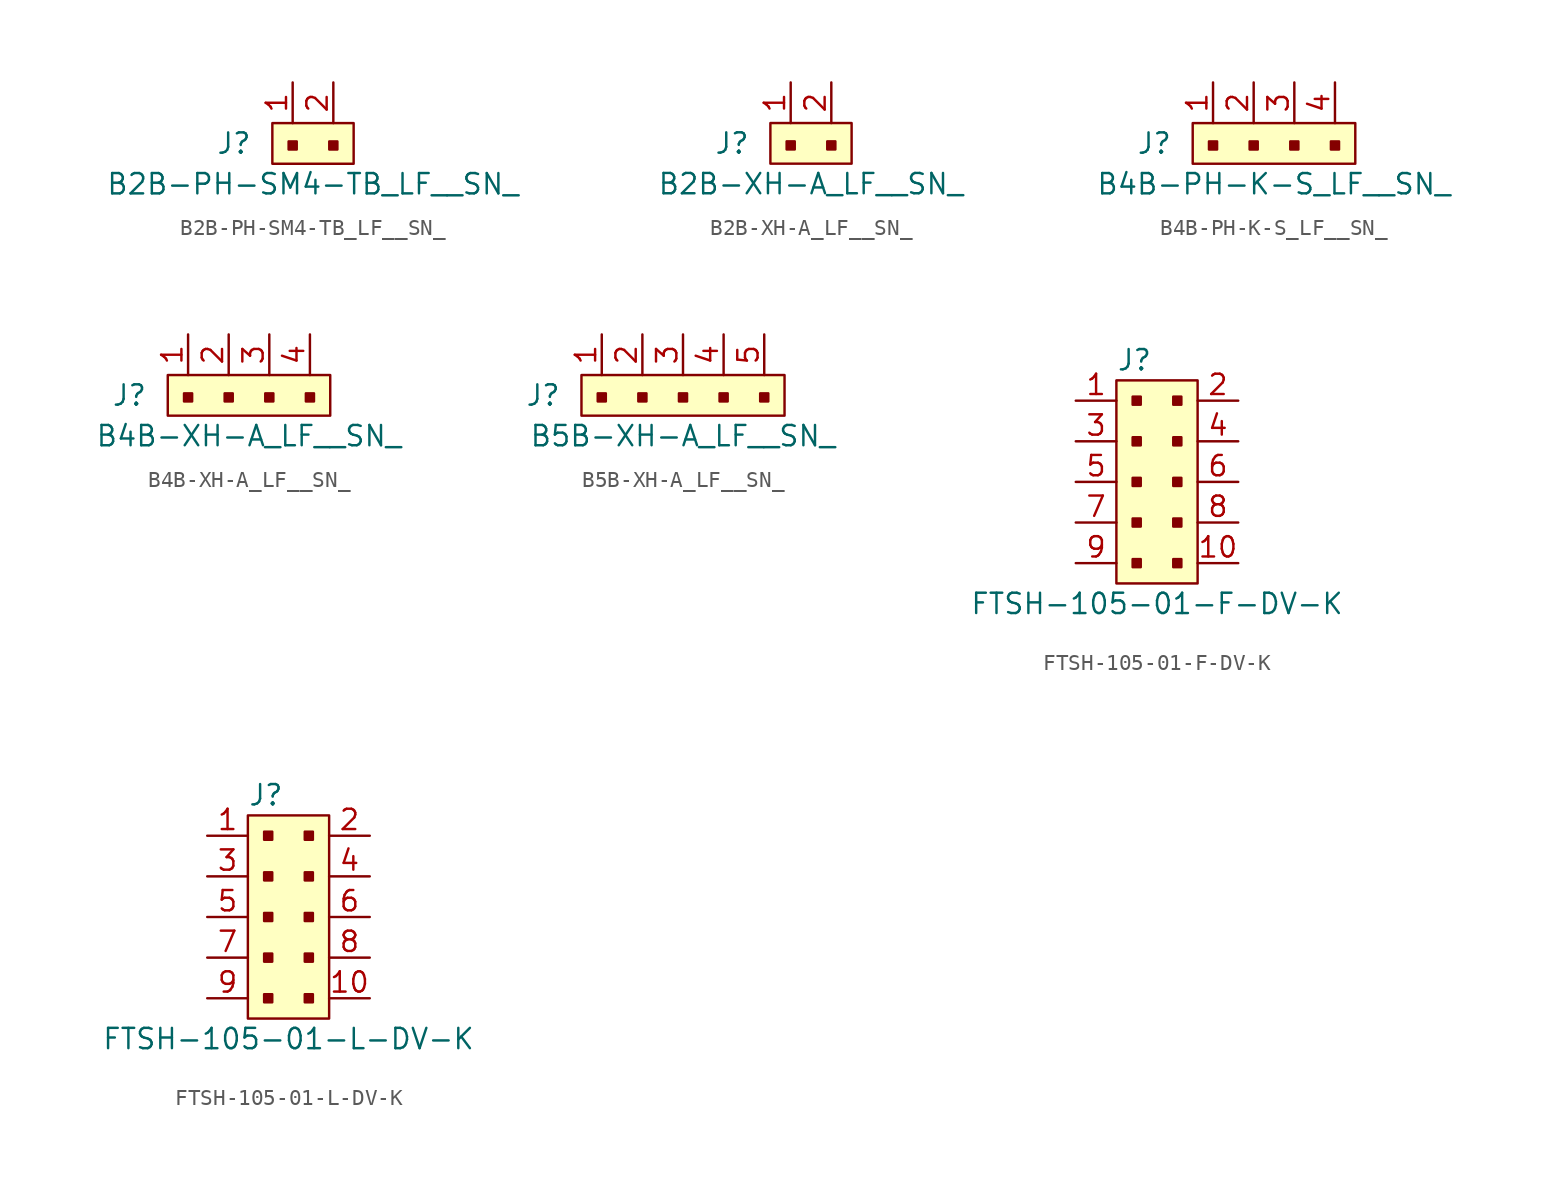
<source format=kicad_sym>
(kicad_symbol_lib
  (version 20211014)
  (generator kicad_symbol_editor)
  (symbol "B2B-PH-SM4-TB_LF__SN_"
    (pin_names
      (offset 1.016))
    (property "Reference" "J"
      (at -2.54 -1.27 0)
      (effects (font (size 1.27 1.27)) (justify right)))
    (property "Value" "B2B-PH-SM4-TB_LF__SN_"
      (at 1.27 -3.81 0)
      (effects (font (size 1.27 1.27))))
    (symbol "B2B-PH-SM4-TB_LF__SN__1_1"
      (rectangle (start -1.27 0) (end 3.81 -2.54) (stroke (width 0) (type default) (color 0 0 0 0)) (fill (type background)))
      (rectangle (start -0.254 -1.143) (end 0.254 -1.651) (stroke (width 0) (type default) (color 0 0 0 0)) (fill (type outline)))
      (rectangle (start 2.286 -1.143) (end 2.794 -1.651) (stroke (width 0) (type default) (color 0 0 0 0)) (fill (type outline)))
      (pin passive line (at 0 2.54 270) (length 2.54) (name "~" (effects (font (size 1.27 1.27)))) (number "1" (effects (font (size 1.27 1.27)))))
      (pin passive line (at 2.54 2.54 270) (length 2.54) (name "~" (effects (font (size 1.27 1.27)))) (number "2" (effects (font (size 1.27 1.27)))))))
  (symbol "B2B-XH-A_LF__SN_"
    (pin_names
      (offset 1.016))
    (property "Reference" "J"
      (at -2.54 -1.27 0)
      (effects (font (size 1.27 1.27)) (justify right)))
    (property "Value" "B2B-XH-A_LF__SN_"
      (at 1.27 -3.81 0)
      (effects (font (size 1.27 1.27))))
    (symbol "B2B-XH-A_LF__SN__1_1"
      (rectangle (start -1.27 0) (end 3.81 -2.54) (stroke (width 0) (type default) (color 0 0 0 0)) (fill (type background)))
      (rectangle (start -0.254 -1.143) (end 0.254 -1.651) (stroke (width 0) (type default) (color 0 0 0 0)) (fill (type outline)))
      (rectangle (start 2.286 -1.143) (end 2.794 -1.651) (stroke (width 0) (type default) (color 0 0 0 0)) (fill (type outline)))
      (pin passive line (at 0 2.54 270) (length 2.54) (name "~" (effects (font (size 1.27 1.27)))) (number "1" (effects (font (size 1.27 1.27)))))
      (pin passive line (at 2.54 2.54 270) (length 2.54) (name "~" (effects (font (size 1.27 1.27)))) (number "2" (effects (font (size 1.27 1.27)))))))
  (symbol "B4B-PH-K-S_LF__SN_"
    (pin_names
      (offset 1.016))
    (property "Reference" "J"
      (at -2.54 -1.27 0)
      (effects (font (size 1.27 1.27)) (justify right)))
    (property "Value" "B4B-PH-K-S_LF__SN_"
      (at 3.81 -3.81 0)
      (effects (font (size 1.27 1.27))))
    (symbol "B4B-PH-K-S_LF__SN__1_1"
      (rectangle (start -1.27 0) (end 8.89 -2.54) (stroke (width 0) (type default) (color 0 0 0 0)) (fill (type background)))
      (rectangle (start -0.254 -1.143) (end 0.254 -1.651) (stroke (width 0) (type default) (color 0 0 0 0)) (fill (type outline)))
      (rectangle (start 2.286 -1.143) (end 2.794 -1.651) (stroke (width 0) (type default) (color 0 0 0 0)) (fill (type outline)))
      (rectangle (start 4.826 -1.143) (end 5.334 -1.651) (stroke (width 0) (type default) (color 0 0 0 0)) (fill (type outline)))
      (rectangle (start 7.366 -1.143) (end 7.874 -1.651) (stroke (width 0) (type default) (color 0 0 0 0)) (fill (type outline)))
      (pin passive line (at 0 2.54 270) (length 2.54) (name "~" (effects (font (size 1.27 1.27)))) (number "1" (effects (font (size 1.27 1.27)))))
      (pin passive line (at 2.54 2.54 270) (length 2.54) (name "~" (effects (font (size 1.27 1.27)))) (number "2" (effects (font (size 1.27 1.27)))))
      (pin passive line (at 5.08 2.54 270) (length 2.54) (name "~" (effects (font (size 1.27 1.27)))) (number "3" (effects (font (size 1.27 1.27)))))
      (pin passive line (at 7.62 2.54 270) (length 2.54) (name "~" (effects (font (size 1.27 1.27)))) (number "4" (effects (font (size 1.27 1.27)))))))
  (symbol "B4B-XH-A_LF__SN_"
    (pin_names
      (offset 1.016))
    (property "Reference" "J"
      (at -2.54 -1.27 0)
      (effects (font (size 1.27 1.27)) (justify right)))
    (property "Value" "B4B-XH-A_LF__SN_"
      (at 3.81 -3.81 0)
      (effects (font (size 1.27 1.27))))
    (symbol "B4B-XH-A_LF__SN__1_1"
      (rectangle (start -1.27 0) (end 8.89 -2.54) (stroke (width 0) (type default) (color 0 0 0 0)) (fill (type background)))
      (rectangle (start -0.254 -1.143) (end 0.254 -1.651) (stroke (width 0) (type default) (color 0 0 0 0)) (fill (type outline)))
      (rectangle (start 2.286 -1.143) (end 2.794 -1.651) (stroke (width 0) (type default) (color 0 0 0 0)) (fill (type outline)))
      (rectangle (start 4.826 -1.143) (end 5.334 -1.651) (stroke (width 0) (type default) (color 0 0 0 0)) (fill (type outline)))
      (rectangle (start 7.366 -1.143) (end 7.874 -1.651) (stroke (width 0) (type default) (color 0 0 0 0)) (fill (type outline)))
      (pin passive line (at 0 2.54 270) (length 2.54) (name "~" (effects (font (size 1.27 1.27)))) (number "1" (effects (font (size 1.27 1.27)))))
      (pin passive line (at 2.54 2.54 270) (length 2.54) (name "~" (effects (font (size 1.27 1.27)))) (number "2" (effects (font (size 1.27 1.27)))))
      (pin passive line (at 5.08 2.54 270) (length 2.54) (name "~" (effects (font (size 1.27 1.27)))) (number "3" (effects (font (size 1.27 1.27)))))
      (pin passive line (at 7.62 2.54 270) (length 2.54) (name "~" (effects (font (size 1.27 1.27)))) (number "4" (effects (font (size 1.27 1.27)))))))
  (symbol "B5B-XH-A_LF__SN_"
    (pin_names
      (offset 1.016))
    (property "Reference" "J"
      (at -2.54 -1.27 0)
      (effects (font (size 1.27 1.27)) (justify right)))
    (property "Value" "B5B-XH-A_LF__SN_"
      (at 5.08 -3.81 0)
      (effects (font (size 1.27 1.27))))
    (symbol "B5B-XH-A_LF__SN__1_1"
      (rectangle (start -1.27 0) (end 11.43 -2.54) (stroke (width 0) (type default) (color 0 0 0 0)) (fill (type background)))
      (rectangle (start -0.254 -1.143) (end 0.254 -1.651) (stroke (width 0) (type default) (color 0 0 0 0)) (fill (type outline)))
      (rectangle (start 2.286 -1.143) (end 2.794 -1.651) (stroke (width 0) (type default) (color 0 0 0 0)) (fill (type outline)))
      (rectangle (start 4.826 -1.143) (end 5.334 -1.651) (stroke (width 0) (type default) (color 0 0 0 0)) (fill (type outline)))
      (rectangle (start 7.366 -1.143) (end 7.874 -1.651) (stroke (width 0) (type default) (color 0 0 0 0)) (fill (type outline)))
      (rectangle (start 9.906 -1.143) (end 10.414 -1.651) (stroke (width 0) (type default) (color 0 0 0 0)) (fill (type outline)))
      (pin passive line (at 0 2.54 270) (length 2.54) (name "~" (effects (font (size 1.27 1.27)))) (number "1" (effects (font (size 1.27 1.27)))))
      (pin passive line (at 2.54 2.54 270) (length 2.54) (name "~" (effects (font (size 1.27 1.27)))) (number "2" (effects (font (size 1.27 1.27)))))
      (pin passive line (at 5.08 2.54 270) (length 2.54) (name "~" (effects (font (size 1.27 1.27)))) (number "3" (effects (font (size 1.27 1.27)))))
      (pin passive line (at 7.62 2.54 270) (length 2.54) (name "~" (effects (font (size 1.27 1.27)))) (number "4" (effects (font (size 1.27 1.27)))))
      (pin passive line (at 10.16 2.54 270) (length 2.54) (name "~" (effects (font (size 1.27 1.27)))) (number "5" (effects (font (size 1.27 1.27)))))))
  (symbol "FTSH-105-01-F-DV-K"
    (pin_names
      (offset 1.016) hide)
    (property "Reference" "J"
      (at -2.54 7.62 0)
      (effects (font (size 1.27 1.27)) (justify left)))
    (property "Value" "FTSH-105-01-F-DV-K"
      (at 0 -7.62 0)
      (effects (font (size 1.27 1.27))))
    (symbol "FTSH-105-01-F-DV-K_1_1"
      (rectangle (start -2.54 6.35) (end 2.54 -6.35) (stroke (width 0) (type default) (color 0 0 0 0)) (fill (type background)))
      (rectangle (start -1.524 -4.826) (end -1.016 -5.334) (stroke (width 0) (type default) (color 0 0 0 0)) (fill (type outline)))
      (rectangle (start -1.524 -2.286) (end -1.016 -2.794) (stroke (width 0) (type default) (color 0 0 0 0)) (fill (type outline)))
      (rectangle (start -1.524 0.254) (end -1.016 -0.254) (stroke (width 0) (type default) (color 0 0 0 0)) (fill (type outline)))
      (rectangle (start -1.524 2.794) (end -1.016 2.286) (stroke (width 0) (type default) (color 0 0 0 0)) (fill (type outline)))
      (rectangle (start -1.524 5.334) (end -1.016 4.826) (stroke (width 0) (type default) (color 0 0 0 0)) (fill (type outline)))
      (rectangle (start 1.016 -4.826) (end 1.524 -5.334) (stroke (width 0) (type default) (color 0 0 0 0)) (fill (type outline)))
      (rectangle (start 1.016 -2.286) (end 1.524 -2.794) (stroke (width 0) (type default) (color 0 0 0 0)) (fill (type outline)))
      (rectangle (start 1.016 0.254) (end 1.524 -0.254) (stroke (width 0) (type default) (color 0 0 0 0)) (fill (type outline)))
      (rectangle (start 1.016 2.794) (end 1.524 2.286) (stroke (width 0) (type default) (color 0 0 0 0)) (fill (type outline)))
      (rectangle (start 1.016 5.334) (end 1.524 4.826) (stroke (width 0) (type default) (color 0 0 0 0)) (fill (type outline)))
      (pin passive line (at -5.08 5.08 0) (length 2.54) (name "~" (effects (font (size 1.27 1.27)))) (number "1" (effects (font (size 1.27 1.27)))))
      (pin passive line (at 5.08 -5.08 180) (length 2.54) (name "~" (effects (font (size 1.27 1.27)))) (number "10" (effects (font (size 1.27 1.27)))))
      (pin passive line (at 5.08 5.08 180) (length 2.54) (name "~" (effects (font (size 1.27 1.27)))) (number "2" (effects (font (size 1.27 1.27)))))
      (pin passive line (at -5.08 2.54 0) (length 2.54) (name "~" (effects (font (size 1.27 1.27)))) (number "3" (effects (font (size 1.27 1.27)))))
      (pin passive line (at 5.08 2.54 180) (length 2.54) (name "~" (effects (font (size 1.27 1.27)))) (number "4" (effects (font (size 1.27 1.27)))))
      (pin passive line (at -5.08 0 0) (length 2.54) (name "~" (effects (font (size 1.27 1.27)))) (number "5" (effects (font (size 1.27 1.27)))))
      (pin passive line (at 5.08 0 180) (length 2.54) (name "~" (effects (font (size 1.27 1.27)))) (number "6" (effects (font (size 1.27 1.27)))))
      (pin passive line (at -5.08 -2.54 0) (length 2.54) (name "~" (effects (font (size 1.27 1.27)))) (number "7" (effects (font (size 1.27 1.27)))))
      (pin passive line (at 5.08 -2.54 180) (length 2.54) (name "~" (effects (font (size 1.27 1.27)))) (number "8" (effects (font (size 1.27 1.27)))))
      (pin passive line (at -5.08 -5.08 0) (length 2.54) (name "~" (effects (font (size 1.27 1.27)))) (number "9" (effects (font (size 1.27 1.27)))))))
  (symbol "FTSH-105-01-L-DV-K"
    (pin_names
      (offset 1.016))
    (property "Reference" "J"
      (at -2.54 7.62 0)
      (effects (font (size 1.27 1.27)) (justify left)))
    (property "Value" "FTSH-105-01-L-DV-K"
      (at 0 -7.62 0)
      (effects (font (size 1.27 1.27))))
    (symbol "FTSH-105-01-L-DV-K_1_1"
      (rectangle (start -2.54 6.35) (end 2.54 -6.35) (stroke (width 0) (type default) (color 0 0 0 0)) (fill (type background)))
      (rectangle (start -1.524 -4.826) (end -1.016 -5.334) (stroke (width 0) (type default) (color 0 0 0 0)) (fill (type outline)))
      (rectangle (start -1.524 -2.286) (end -1.016 -2.794) (stroke (width 0) (type default) (color 0 0 0 0)) (fill (type outline)))
      (rectangle (start -1.524 0.254) (end -1.016 -0.254) (stroke (width 0) (type default) (color 0 0 0 0)) (fill (type outline)))
      (rectangle (start -1.524 2.794) (end -1.016 2.286) (stroke (width 0) (type default) (color 0 0 0 0)) (fill (type outline)))
      (rectangle (start -1.524 5.334) (end -1.016 4.826) (stroke (width 0) (type default) (color 0 0 0 0)) (fill (type outline)))
      (rectangle (start 1.016 -4.826) (end 1.524 -5.334) (stroke (width 0) (type default) (color 0 0 0 0)) (fill (type outline)))
      (rectangle (start 1.016 -2.286) (end 1.524 -2.794) (stroke (width 0) (type default) (color 0 0 0 0)) (fill (type outline)))
      (rectangle (start 1.016 0.254) (end 1.524 -0.254) (stroke (width 0) (type default) (color 0 0 0 0)) (fill (type outline)))
      (rectangle (start 1.016 2.794) (end 1.524 2.286) (stroke (width 0) (type default) (color 0 0 0 0)) (fill (type outline)))
      (rectangle (start 1.016 5.334) (end 1.524 4.826) (stroke (width 0) (type default) (color 0 0 0 0)) (fill (type outline)))
      (pin passive line (at -5.08 5.08 0) (length 2.54) (name "~" (effects (font (size 1.27 1.27)))) (number "1" (effects (font (size 1.27 1.27)))))
      (pin passive line (at 5.08 -5.08 180) (length 2.54) (name "~" (effects (font (size 1.27 1.27)))) (number "10" (effects (font (size 1.27 1.27)))))
      (pin passive line (at 5.08 5.08 180) (length 2.54) (name "~" (effects (font (size 1.27 1.27)))) (number "2" (effects (font (size 1.27 1.27)))))
      (pin passive line (at -5.08 2.54 0) (length 2.54) (name "~" (effects (font (size 1.27 1.27)))) (number "3" (effects (font (size 1.27 1.27)))))
      (pin passive line (at 5.08 2.54 180) (length 2.54) (name "~" (effects (font (size 1.27 1.27)))) (number "4" (effects (font (size 1.27 1.27)))))
      (pin passive line (at -5.08 0 0) (length 2.54) (name "~" (effects (font (size 1.27 1.27)))) (number "5" (effects (font (size 1.27 1.27)))))
      (pin passive line (at 5.08 0 180) (length 2.54) (name "~" (effects (font (size 1.27 1.27)))) (number "6" (effects (font (size 1.27 1.27)))))
      (pin passive line (at -5.08 -2.54 0) (length 2.54) (name "~" (effects (font (size 1.27 1.27)))) (number "7" (effects (font (size 1.27 1.27)))))
      (pin passive line (at 5.08 -2.54 180) (length 2.54) (name "~" (effects (font (size 1.27 1.27)))) (number "8" (effects (font (size 1.27 1.27)))))
      (pin passive line (at -5.08 -5.08 0) (length 2.54) (name "~" (effects (font (size 1.27 1.27)))) (number "9" (effects (font (size 1.27 1.27))))))))
</source>
